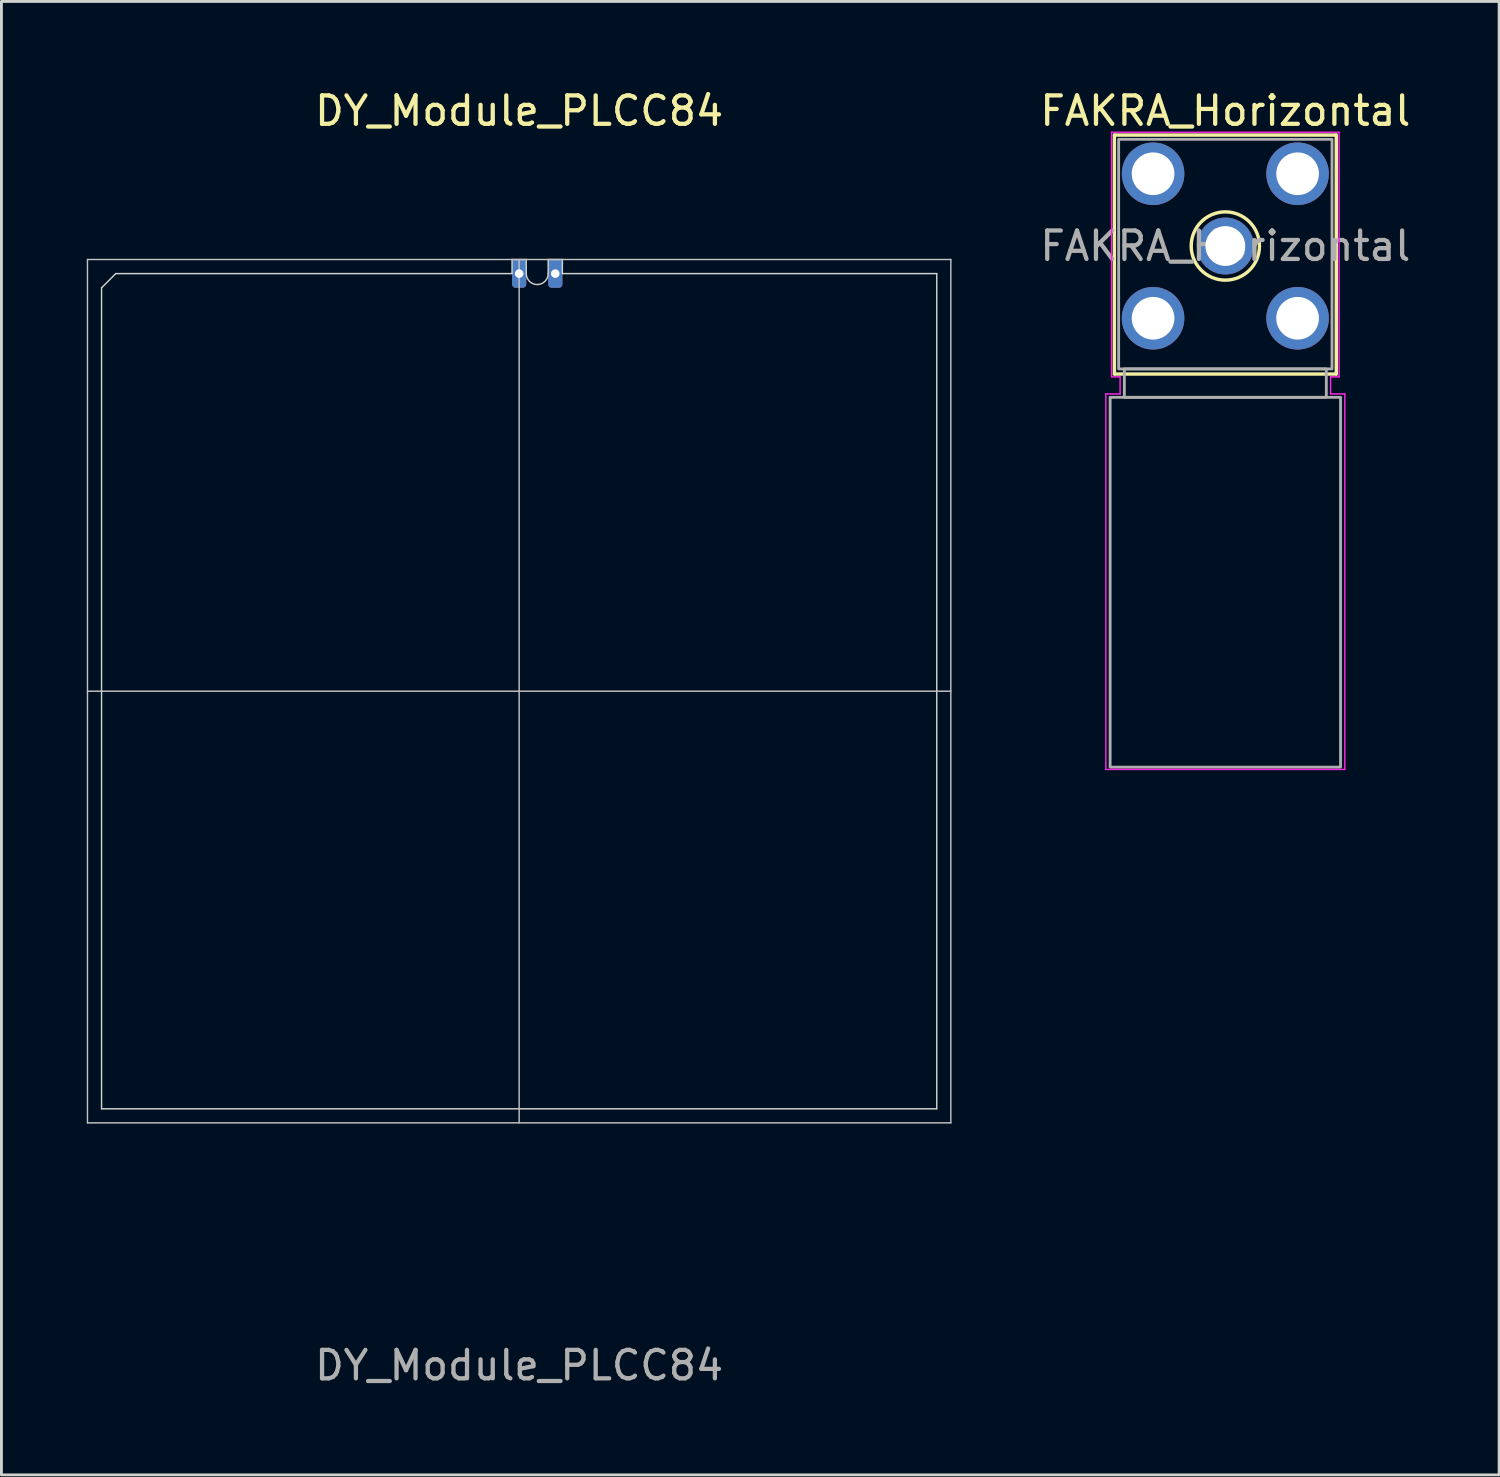
<source format=kicad_pcb>
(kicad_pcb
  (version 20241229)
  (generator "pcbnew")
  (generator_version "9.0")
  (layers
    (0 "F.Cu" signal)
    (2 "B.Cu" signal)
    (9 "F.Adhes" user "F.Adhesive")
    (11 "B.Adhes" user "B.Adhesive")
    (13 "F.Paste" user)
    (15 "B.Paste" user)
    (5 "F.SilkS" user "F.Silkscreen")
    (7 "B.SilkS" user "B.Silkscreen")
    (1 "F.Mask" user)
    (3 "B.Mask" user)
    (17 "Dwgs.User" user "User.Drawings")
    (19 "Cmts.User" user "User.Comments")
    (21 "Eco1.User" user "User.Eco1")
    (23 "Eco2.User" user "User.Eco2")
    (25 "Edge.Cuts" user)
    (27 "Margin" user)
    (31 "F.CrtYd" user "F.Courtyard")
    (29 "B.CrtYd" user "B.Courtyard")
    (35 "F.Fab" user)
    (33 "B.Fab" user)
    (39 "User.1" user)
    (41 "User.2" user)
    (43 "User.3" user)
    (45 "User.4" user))
  (footprint "DY_Module_PLCC84"
    (layer "F.Cu")
    (at 15.2 21.248)
    (property "Reference" "DY_Module_PLCC84" (at 0 -20.4 0) (unlocked yes) (layer "F.SilkS") (effects (font (size 1 1) (thickness 0.15))))
    (attr smd)
    (fp_line (start -15.175 -15.175) (end 15.175 -15.175) (stroke (width 0.05) (type solid)) (layer "Dwgs.User"))
    (fp_line (start -15.175 0) (end 15.175 0) (stroke (width 0.05) (type solid)) (layer "Dwgs.User"))
    (fp_line (start -15.175 15.175) (end -15.175 -15.175) (stroke (width 0.05) (type solid)) (layer "Dwgs.User"))
    (fp_line (start 0 -15.175) (end 0 15.175) (stroke (width 0.05) (type solid)) (layer "Dwgs.User"))
    (fp_line (start 15.175 -15.175) (end 15.175 15.175) (stroke (width 0.05) (type solid)) (layer "Dwgs.User"))
    (fp_line (start 15.175 15.175) (end -15.175 15.175) (stroke (width 0.05) (type solid)) (layer "Dwgs.User"))
    (fp_line (start -14.68 -14.18) (end -14.68 14.68) (stroke (width 0.05) (type solid)) (layer "Edge.Cuts"))
    (fp_line (start -14.68 -14.18) (end -14.18 -14.68) (stroke (width 0.05) (type solid)) (layer "Edge.Cuts"))
    (fp_line (start -14.18 -14.68) (end -0.25 -14.68) (stroke (width 0.05) (type solid)) (layer "Edge.Cuts"))
    (fp_line (start -0.25 -15.175) (end 0.25 -15.175) (stroke (width 0.05) (type solid)) (layer "Edge.Cuts"))
    (fp_line (start -0.25 -14.68) (end -0.25 -15.175) (stroke (width 0.05) (type solid)) (layer "Edge.Cuts"))
    (fp_line (start 0.25 -15.175) (end 0.25 -14.68) (stroke (width 0.05) (type solid)) (layer "Edge.Cuts"))
    (fp_line (start 1.02 -15.175) (end 1.52 -15.175) (stroke (width 0.05) (type solid)) (layer "Edge.Cuts"))
    (fp_line (start 1.02 -14.68) (end 1.02 -15.175) (stroke (width 0.05) (type solid)) (layer "Edge.Cuts"))
    (fp_line (start 1.52 -14.68) (end 1.52 -15.175) (stroke (width 0.05) (type solid)) (layer "Edge.Cuts"))
    (fp_line (start 1.52 -14.68) (end 14.68 -14.68) (stroke (width 0.05) (type solid)) (layer "Edge.Cuts"))
    (fp_line (start 14.68 14.68) (end -14.68 14.68) (stroke (width 0.05) (type solid)) (layer "Edge.Cuts"))
    (fp_line (start 14.68 14.68) (end 14.68 -14.68) (stroke (width 0.05) (type solid)) (layer "Edge.Cuts"))
    (fp_arc (start 1.02 -14.68) (mid 0.635 -14.295) (end 0.25 -14.68) (stroke (width 0.05) (type solid)) (layer "Edge.Cuts"))
    (fp_text user "${REFERENCE}" (at 0 23.7 0) (unlocked yes) (layer "F.Fab") (effects (font (size 1 1) (thickness 0.15))))
    (pad "1" thru_hole roundrect (at 0 -14.68) (size 0.5 1) (drill 0.3) (layers "*.Cu" "*.Mask") (roundrect_rratio 0.25))
    (pad "1" thru_hole roundrect (at 1.27 -14.68) (size 0.5 1) (drill 0.3) (layers "*.Cu" "*.Mask") (roundrect_rratio 0.25)))
  (footprint "FAKRA_Horizontal"
    (layer "F.Cu")
    (at 40.025 5.598)
    (property "Reference" "FAKRA_Horizontal" (at 0 -4.75 0) (unlocked yes) (layer "F.SilkS") (effects (font (size 1 1) (thickness 0.15))))
    (attr through_hole)
    (fp_line (start -3.9 -3.9) (end 3.9 -3.9) (stroke (width 0.12) (type default)) (layer "F.SilkS"))
    (fp_line (start -3.9 4.5) (end -3.9 -3.9) (stroke (width 0.12) (type default)) (layer "F.SilkS"))
    (fp_line (start 3.9 -3.9) (end 3.9 4.5) (stroke (width 0.12) (type default)) (layer "F.SilkS"))
    (fp_line (start 3.9 4.5) (end -3.9 4.5) (stroke (width 0.12) (type default)) (layer "F.SilkS"))
    (fp_circle (center 0 0) (end 1.2 0) (stroke (width 0.12) (type default)) (fill no) (layer "F.SilkS"))
    (fp_line (start -4.2 5.2) (end -3.7 5.2) (stroke (width 0.05) (type default)) (layer "F.CrtYd"))
    (fp_line (start -4.2 18.4) (end -4.2 5.2) (stroke (width 0.05) (type default)) (layer "F.CrtYd"))
    (fp_line (start -4 -4) (end 4 -4) (stroke (width 0.05) (type default)) (layer "F.CrtYd"))
    (fp_line (start -4 4.6) (end -4 -4) (stroke (width 0.05) (type default)) (layer "F.CrtYd"))
    (fp_line (start -3.7 4.6) (end -4 4.6) (stroke (width 0.05) (type default)) (layer "F.CrtYd"))
    (fp_line (start -3.7 5.2) (end -3.7 4.6) (stroke (width 0.05) (type default)) (layer "F.CrtYd"))
    (fp_line (start 3.7 4.6) (end 3.7 5.2) (stroke (width 0.05) (type default)) (layer "F.CrtYd"))
    (fp_line (start 3.7 5.2) (end 4.2 5.2) (stroke (width 0.05) (type default)) (layer "F.CrtYd"))
    (fp_line (start 4 -4) (end 4 4.6) (stroke (width 0.05) (type default)) (layer "F.CrtYd"))
    (fp_line (start 4 4.6) (end 3.7 4.6) (stroke (width 0.05) (type default)) (layer "F.CrtYd"))
    (fp_line (start 4.2 5.2) (end 4.2 18.4) (stroke (width 0.05) (type default)) (layer "F.CrtYd"))
    (fp_line (start 4.2 18.4) (end -4.2 18.4) (stroke (width 0.05) (type default)) (layer "F.CrtYd"))
    (fp_rect (start -4.05 5.32) (end 4.05 18.32) (stroke (width 0.1) (type default)) (fill no) (layer "F.Fab"))
    (fp_rect (start -3.75 -3.75) (end 3.75 4.32) (stroke (width 0.1) (type default)) (fill no) (layer "F.Fab"))
    (fp_rect (start -3.55 4.32) (end 3.55 5.32) (stroke (width 0.1) (type default)) (fill no) (layer "F.Fab"))
    (fp_text user "${REFERENCE}" (at 0 0 0) (unlocked yes) (layer "F.Fab") (effects (font (size 1 1) (thickness 0.15))))
    (pad "1" thru_hole circle (at 0 0 270) (size 2 2) (drill 1.4) (layers "*.Cu" "*.Mask") (remove_unused_layers yes) (keep_end_layers yes) (zone_layer_connections))
    (pad "2" thru_hole circle (at -2.54 -2.54 270) (size 2.2 2.2) (drill 1.5) (layers "*.Cu" "*.Mask") (remove_unused_layers yes) (keep_end_layers yes) (zone_layer_connections))
    (pad "2" thru_hole circle (at -2.54 2.54 270) (size 2.2 2.2) (drill 1.5) (layers "*.Cu" "*.Mask") (remove_unused_layers yes) (keep_end_layers yes) (zone_layer_connections))
    (pad "2" thru_hole circle (at 2.54 -2.54 270) (size 2.2 2.2) (drill 1.5) (layers "*.Cu" "*.Mask") (remove_unused_layers yes) (keep_end_layers yes) (zone_layer_connections))
    (pad "2" thru_hole circle (at 2.54 2.54 270) (size 2.2 2.2) (drill 1.5) (layers "*.Cu" "*.Mask") (remove_unused_layers yes) (keep_end_layers yes) (zone_layer_connections)))
  (gr_rect
    (start -3 -3)
    (end 49.65 48.797)
    (stroke (width 0.1) (type default))
    (fill no)
    (layer "Edge.Cuts")))
</source>
